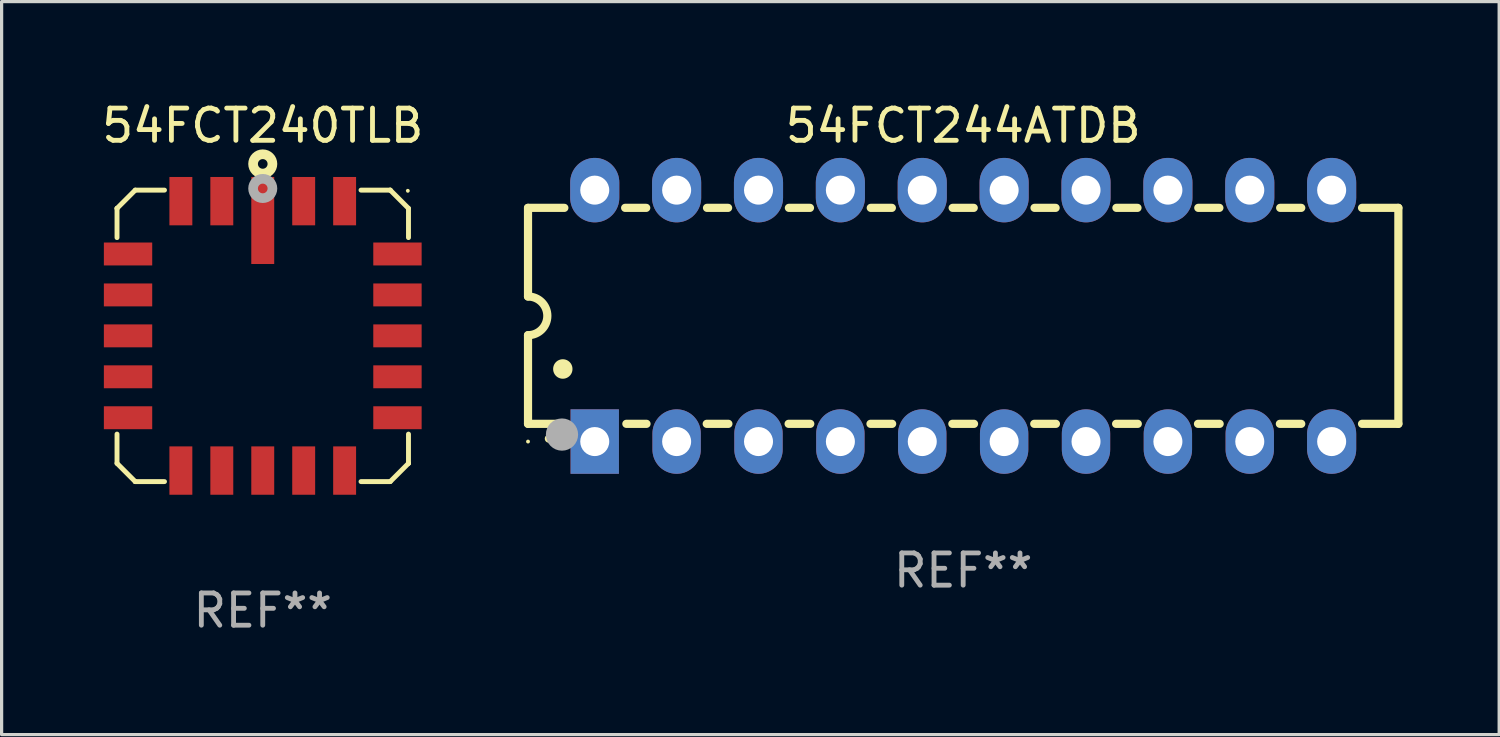
<source format=kicad_pcb>
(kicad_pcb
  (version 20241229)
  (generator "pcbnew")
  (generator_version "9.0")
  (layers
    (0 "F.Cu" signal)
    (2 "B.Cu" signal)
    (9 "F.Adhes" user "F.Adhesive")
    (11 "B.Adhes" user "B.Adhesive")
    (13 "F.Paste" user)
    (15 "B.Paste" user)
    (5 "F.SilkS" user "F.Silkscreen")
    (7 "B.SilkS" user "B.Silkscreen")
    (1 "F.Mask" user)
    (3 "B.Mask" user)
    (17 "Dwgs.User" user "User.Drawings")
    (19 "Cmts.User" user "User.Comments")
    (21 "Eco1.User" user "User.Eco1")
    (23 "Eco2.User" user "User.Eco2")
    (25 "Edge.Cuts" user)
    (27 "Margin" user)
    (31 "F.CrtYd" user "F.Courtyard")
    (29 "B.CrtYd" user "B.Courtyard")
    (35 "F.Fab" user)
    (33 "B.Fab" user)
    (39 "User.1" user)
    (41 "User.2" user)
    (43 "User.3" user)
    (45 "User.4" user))
  (footprint "54FCT244ATDB"
    (layer "F.Cu")
    (at 26.83 6.748)
    (property "Reference" "54FCT244ATDB" (at 0 -5.9 0) (layer "F.SilkS") (effects (font (size 1 1) (thickness 0.15))))
    (attr through_hole)
    (fp_line (start -13.5 -3.35) (end -12.373 -3.35) (stroke (width 0.254) (type solid)) (layer "F.SilkS"))
    (fp_line (start -13.5 -0.6) (end -13.5 -3.35) (stroke (width 0.254) (type solid)) (layer "F.SilkS"))
    (fp_line (start -13.5 3.35) (end -13.5 0.6) (stroke (width 0.254) (type solid)) (layer "F.SilkS"))
    (fp_line (start -13.5 3.35) (end -12.411 3.35) (stroke (width 0.254) (type solid)) (layer "F.SilkS"))
    (fp_line (start -10.487 -3.35) (end -9.833 -3.35) (stroke (width 0.254) (type solid)) (layer "F.SilkS"))
    (fp_line (start -10.449 3.35) (end -9.824 3.35) (stroke (width 0.254) (type solid)) (layer "F.SilkS"))
    (fp_line (start -7.956 3.35) (end -7.284 3.35) (stroke (width 0.254) (type solid)) (layer "F.SilkS"))
    (fp_line (start -7.947 -3.35) (end -7.293 -3.35) (stroke (width 0.254) (type solid)) (layer "F.SilkS"))
    (fp_line (start -5.416 3.35) (end -4.744 3.35) (stroke (width 0.254) (type solid)) (layer "F.SilkS"))
    (fp_line (start -5.407 -3.35) (end -4.753 -3.35) (stroke (width 0.254) (type solid)) (layer "F.SilkS"))
    (fp_line (start -2.876 3.35) (end -2.204 3.35) (stroke (width 0.254) (type solid)) (layer "F.SilkS"))
    (fp_line (start -2.867 -3.35) (end -2.213 -3.35) (stroke (width 0.254) (type solid)) (layer "F.SilkS"))
    (fp_line (start -0.336 3.35) (end 0.336 3.35) (stroke (width 0.254) (type solid)) (layer "F.SilkS"))
    (fp_line (start -0.327 -3.35) (end 0.327 -3.35) (stroke (width 0.254) (type solid)) (layer "F.SilkS"))
    (fp_line (start 2.204 3.35) (end 2.876 3.35) (stroke (width 0.254) (type solid)) (layer "F.SilkS"))
    (fp_line (start 2.213 -3.35) (end 2.867 -3.35) (stroke (width 0.254) (type solid)) (layer "F.SilkS"))
    (fp_line (start 4.744 3.35) (end 5.416 3.35) (stroke (width 0.254) (type solid)) (layer "F.SilkS"))
    (fp_line (start 4.753 -3.35) (end 5.407 -3.35) (stroke (width 0.254) (type solid)) (layer "F.SilkS"))
    (fp_line (start 7.284 3.35) (end 7.956 3.35) (stroke (width 0.254) (type solid)) (layer "F.SilkS"))
    (fp_line (start 7.293 -3.35) (end 7.947 -3.35) (stroke (width 0.254) (type solid)) (layer "F.SilkS"))
    (fp_line (start 9.824 3.35) (end 10.487 3.35) (stroke (width 0.254) (type solid)) (layer "F.SilkS"))
    (fp_line (start 9.833 -3.35) (end 10.487 -3.35) (stroke (width 0.254) (type solid)) (layer "F.SilkS"))
    (fp_line (start 12.373 -3.35) (end 13.5 -3.35) (stroke (width 0.254) (type solid)) (layer "F.SilkS"))
    (fp_line (start 12.373 3.35) (end 13.5 3.35) (stroke (width 0.254) (type solid)) (layer "F.SilkS"))
    (fp_line (start 13.5 -3.35) (end 13.5 3.35) (stroke (width 0.254) (type solid)) (layer "F.SilkS"))
    (fp_arc (start -13.500127 -0.599442) (mid -12.900406 0.000228) (end -13.500025 0.6) (stroke (width 0.254001) (type solid)) (layer "F.SilkS"))
    (fp_arc (start -12.854966 3.810008) (mid -12.854973 3.808738) (end -12.854966 3.807468) (stroke (width 0.25) (type solid)) (layer "F.SilkS"))
    (fp_arc (start -12.420625 1.651003) (mid -12.420636 1.648463) (end -12.420625 1.645923) (stroke (width 0.6) (type solid)) (layer "F.SilkS"))
    (fp_circle (center -13.5 3.9) (end -13.47 3.9) (stroke (width 0.06) (type solid)) (fill no) (layer "F.SilkS"))
    (fp_circle (center -12.446 3.683) (end -12.196 3.683) (stroke (width 0.5) (type solid)) (fill no) (layer "F.Fab"))
    (fp_text user "REF**" (at 0 7.9 0) (layer "F.Fab") (effects (font (size 1 1) (thickness 0.15))))
    (pad "1" thru_hole rect (at -11.43 3.9 90) (size 2 1.5) (drill 0.9) (layers "*.Cu" "*.Mask"))
    (pad "2" thru_hole oval (at -8.89 3.9 90) (size 2 1.5) (drill 0.9) (layers "*.Cu" "*.Mask"))
    (pad "3" thru_hole oval (at -6.35 3.9 90) (size 2 1.5) (drill 0.9) (layers "*.Cu" "*.Mask"))
    (pad "4" thru_hole oval (at -3.81 3.9 90) (size 2 1.5) (drill 0.9) (layers "*.Cu" "*.Mask"))
    (pad "5" thru_hole oval (at -1.27 3.9 90) (size 2 1.5) (drill 0.9) (layers "*.Cu" "*.Mask"))
    (pad "6" thru_hole oval (at 1.27 3.9 90) (size 2 1.5) (drill 0.9) (layers "*.Cu" "*.Mask"))
    (pad "7" thru_hole oval (at 3.81 3.9 90) (size 2 1.5) (drill 0.9) (layers "*.Cu" "*.Mask"))
    (pad "8" thru_hole oval (at 6.35 3.9 90) (size 2 1.5) (drill 0.9) (layers "*.Cu" "*.Mask"))
    (pad "9" thru_hole oval (at 8.89 3.9 90) (size 2 1.5) (drill 0.9) (layers "*.Cu" "*.Mask"))
    (pad "10" thru_hole oval (at 11.43 3.9 90) (size 2 1.524) (drill 0.9) (layers "*.Cu" "*.Mask"))
    (pad "11" thru_hole oval (at 11.43 -3.9 90) (size 2 1.524) (drill 0.9) (layers "*.Cu" "*.Mask"))
    (pad "12" thru_hole oval (at 8.89 -3.9 90) (size 2 1.524) (drill 0.9) (layers "*.Cu" "*.Mask"))
    (pad "13" thru_hole oval (at 6.35 -3.9 90) (size 2 1.524) (drill 0.9) (layers "*.Cu" "*.Mask"))
    (pad "14" thru_hole oval (at 3.81 -3.9 90) (size 2 1.524) (drill 0.9) (layers "*.Cu" "*.Mask"))
    (pad "15" thru_hole oval (at 1.27 -3.9 90) (size 2 1.524) (drill 0.9) (layers "*.Cu" "*.Mask"))
    (pad "16" thru_hole oval (at -1.27 -3.9 90) (size 2 1.524) (drill 0.9) (layers "*.Cu" "*.Mask"))
    (pad "17" thru_hole oval (at -3.81 -3.9 90) (size 2 1.524) (drill 0.9) (layers "*.Cu" "*.Mask"))
    (pad "18" thru_hole oval (at -6.35 -3.9 90) (size 2 1.524) (drill 0.9) (layers "*.Cu" "*.Mask"))
    (pad "19" thru_hole oval (at -8.89 -3.9 90) (size 2 1.524) (drill 0.9) (layers "*.Cu" "*.Mask"))
    (pad "20" thru_hole oval (at -11.43 -3.9 90) (size 2 1.524) (drill 0.9) (layers "*.Cu" "*.Mask")))
  (footprint "54FCT240TLB"
    (layer "F.Cu")
    (at 5.101 7.369)
    (property "Reference" "54FCT240TLB" (at 0 -6.521 0) (layer "F.SilkS") (effects (font (size 1 1) (thickness 0.15))))
    (attr through_hole)
    (fp_line (start -4.521 -3.955) (end -3.955 -4.521) (stroke (width 0.152) (type solid)) (layer "F.SilkS"))
    (fp_line (start -4.521 -3.955) (end -4.521 -3.955) (stroke (width 0.152) (type solid)) (layer "F.SilkS"))
    (fp_line (start -4.521 -3.048) (end -4.521 -3.955) (stroke (width 0.152) (type solid)) (layer "F.SilkS"))
    (fp_line (start -4.521 3.955) (end -4.521 3.048) (stroke (width 0.152) (type solid)) (layer "F.SilkS"))
    (fp_line (start -3.955 -4.521) (end -3.048 -4.521) (stroke (width 0.152) (type solid)) (layer "F.SilkS"))
    (fp_line (start -3.955 4.521) (end -4.521 3.955) (stroke (width 0.152) (type solid)) (layer "F.SilkS"))
    (fp_line (start -3.955 4.521) (end -3.955 4.521) (stroke (width 0.152) (type solid)) (layer "F.SilkS"))
    (fp_line (start -3.048 4.521) (end -3.955 4.521) (stroke (width 0.152) (type solid)) (layer "F.SilkS"))
    (fp_line (start 3.048 -4.521) (end 3.955 -4.521) (stroke (width 0.152) (type solid)) (layer "F.SilkS"))
    (fp_line (start 3.955 -4.521) (end 3.955 -4.521) (stroke (width 0.152) (type solid)) (layer "F.SilkS"))
    (fp_line (start 3.955 -4.521) (end 4.521 -3.955) (stroke (width 0.152) (type solid)) (layer "F.SilkS"))
    (fp_line (start 3.955 4.521) (end 3.048 4.521) (stroke (width 0.152) (type solid)) (layer "F.SilkS"))
    (fp_line (start 4.521 -3.955) (end 4.521 -3.048) (stroke (width 0.152) (type solid)) (layer "F.SilkS"))
    (fp_line (start 4.521 3.048) (end 4.521 3.955) (stroke (width 0.152) (type solid)) (layer "F.SilkS"))
    (fp_line (start 4.521 3.955) (end 4.521 3.955) (stroke (width 0.152) (type solid)) (layer "F.SilkS"))
    (fp_line (start 4.521 3.955) (end 3.955 4.521) (stroke (width 0.152) (type solid)) (layer "F.SilkS"))
    (fp_circle (center 0.000025 -5.334) (end 0.15 -5.334) (stroke (width 0.3) (type solid)) (fill no) (layer "F.SilkS"))
    (fp_circle (center 4.5 -4.5) (end 4.53 -4.5) (stroke (width 0.06) (type solid)) (fill no) (layer "F.SilkS"))
    (fp_circle (center 0.000025 -4.572) (end 0.15 -4.572) (stroke (width 0.3) (type solid)) (fill no) (layer "F.Fab"))
    (fp_text user "REF**" (at 0 8.521 0) (layer "F.Fab") (effects (font (size 1 1) (thickness 0.15))))
    (pad "1" smd rect (at 0.000025 -3.579 90) (size 2.7 0.711) (layers "F.Cu" "F.Mask" "F.Paste"))
    (pad "2" smd rect (at -1.27 -4.179 90) (size 1.5 0.711) (layers "F.Cu" "F.Mask" "F.Paste"))
    (pad "3" smd rect (at -2.54 -4.179 90) (size 1.5 0.711) (layers "F.Cu" "F.Mask" "F.Paste"))
    (pad "4" smd rect (at -4.179 -2.54 90) (size 0.711 1.5) (layers "F.Cu" "F.Mask" "F.Paste"))
    (pad "5" smd rect (at -4.179 -1.27 90) (size 0.711 1.5) (layers "F.Cu" "F.Mask" "F.Paste"))
    (pad "6" smd rect (at -4.179 0.000025 90) (size 0.711 1.5) (layers "F.Cu" "F.Mask" "F.Paste"))
    (pad "7" smd rect (at -4.179 1.27 90) (size 0.711 1.5) (layers "F.Cu" "F.Mask" "F.Paste"))
    (pad "8" smd rect (at -4.179 2.54 90) (size 0.711 1.5) (layers "F.Cu" "F.Mask" "F.Paste"))
    (pad "9" smd rect (at -2.54 4.179 90) (size 1.5 0.711) (layers "F.Cu" "F.Mask" "F.Paste"))
    (pad "10" smd rect (at -1.27 4.179 90) (size 1.5 0.711) (layers "F.Cu" "F.Mask" "F.Paste"))
    (pad "11" smd rect (at 0.000025 4.179 90) (size 1.5 0.711) (layers "F.Cu" "F.Mask" "F.Paste"))
    (pad "12" smd rect (at 1.27 4.179 90) (size 1.5 0.711) (layers "F.Cu" "F.Mask" "F.Paste"))
    (pad "13" smd rect (at 2.54 4.179 90) (size 1.5 0.711) (layers "F.Cu" "F.Mask" "F.Paste"))
    (pad "14" smd rect (at 4.179 2.54 90) (size 0.711 1.5) (layers "F.Cu" "F.Mask" "F.Paste"))
    (pad "15" smd rect (at 4.179 1.27 90) (size 0.711 1.5) (layers "F.Cu" "F.Mask" "F.Paste"))
    (pad "16" smd rect (at 4.179 0.000025 90) (size 0.711 1.5) (layers "F.Cu" "F.Mask" "F.Paste"))
    (pad "17" smd rect (at 4.179 -1.27 90) (size 0.711 1.5) (layers "F.Cu" "F.Mask" "F.Paste"))
    (pad "18" smd rect (at 4.179 -2.54 90) (size 0.711 1.5) (layers "F.Cu" "F.Mask" "F.Paste"))
    (pad "19" smd rect (at 2.54 -4.179 90) (size 1.5 0.711) (layers "F.Cu" "F.Mask" "F.Paste"))
    (pad "20" smd rect (at 1.27 -4.179 90) (size 1.5 0.711) (layers "F.Cu" "F.Mask" "F.Paste")))
  (gr_rect
    (start -3 -3)
    (end 43.457 19.739)
    (stroke (width 0.1) (type default))
    (fill no)
    (layer "Edge.Cuts")))
</source>
